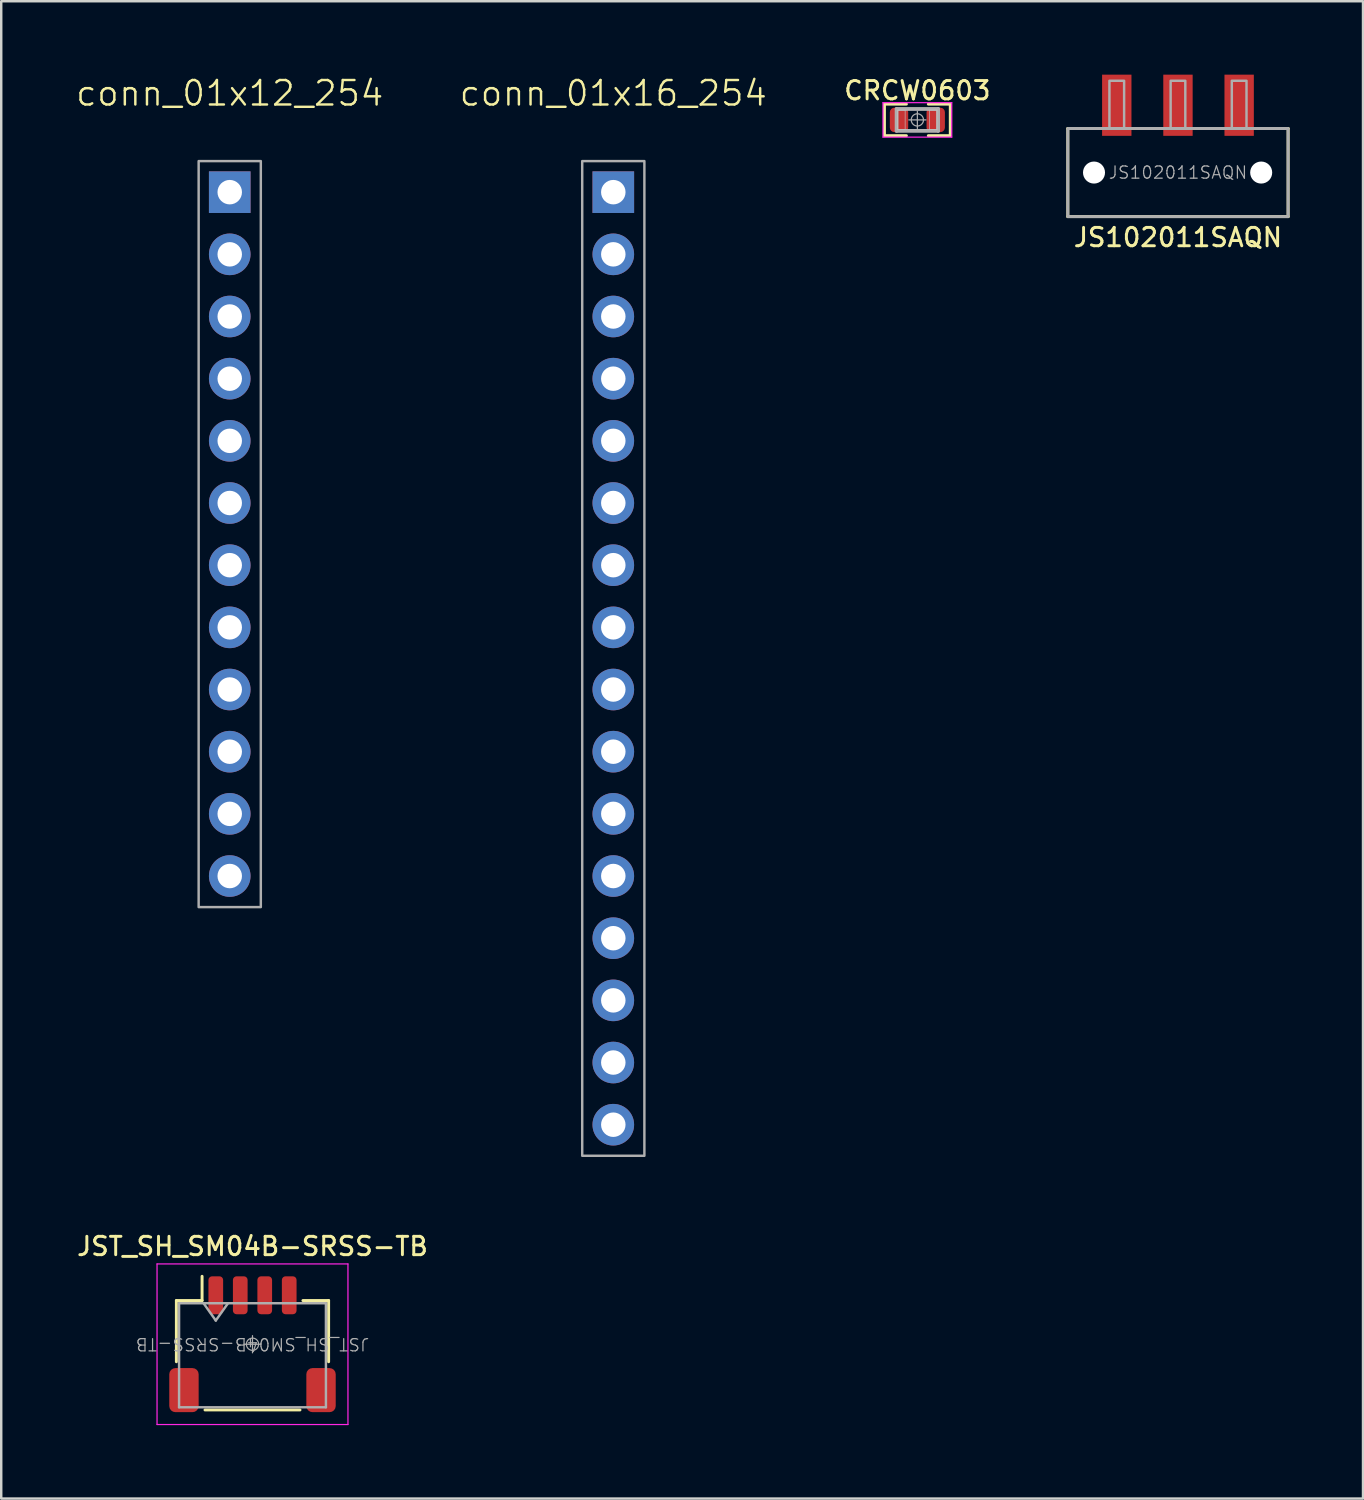
<source format=kicad_pcb>
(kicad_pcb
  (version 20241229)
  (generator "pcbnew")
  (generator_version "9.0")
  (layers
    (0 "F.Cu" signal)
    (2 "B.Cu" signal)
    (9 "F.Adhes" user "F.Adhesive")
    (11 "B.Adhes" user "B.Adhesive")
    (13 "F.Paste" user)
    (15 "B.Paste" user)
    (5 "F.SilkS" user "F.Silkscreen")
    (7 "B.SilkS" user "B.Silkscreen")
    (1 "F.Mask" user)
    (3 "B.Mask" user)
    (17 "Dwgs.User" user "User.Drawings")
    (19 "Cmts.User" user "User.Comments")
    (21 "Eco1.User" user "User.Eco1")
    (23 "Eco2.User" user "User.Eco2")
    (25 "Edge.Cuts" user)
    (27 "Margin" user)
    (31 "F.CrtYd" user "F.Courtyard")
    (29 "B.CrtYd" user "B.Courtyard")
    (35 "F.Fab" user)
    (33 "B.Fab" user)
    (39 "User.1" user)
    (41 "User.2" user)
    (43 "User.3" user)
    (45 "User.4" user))
  (footprint "CRCW0603"
    (layer "F.Cu")
    (at 34.43 1.849)
    (property "Reference" "CRCW0603" (at 0 -1.2 0) (layer "F.SilkS") (effects (font (size 0.75 0.75) (thickness 0.12))))
    (attr smd)
    (fp_line (start -1.345 -0.645) (end -0.448 -0.645) (stroke (width 0.12) (type solid)) (layer "F.SilkS"))
    (fp_line (start -1.345 0.645) (end -1.345 -0.645) (stroke (width 0.12) (type solid)) (layer "F.SilkS"))
    (fp_line (start -0.448 0.645) (end -1.345 0.645) (stroke (width 0.12) (type solid)) (layer "F.SilkS"))
    (fp_line (start 0.448 0.645) (end 1.345 0.645) (stroke (width 0.12) (type solid)) (layer "F.SilkS"))
    (fp_line (start 1.345 -0.645) (end 0.448 -0.645) (stroke (width 0.12) (type solid)) (layer "F.SilkS"))
    (fp_line (start 1.345 0.645) (end 1.345 -0.645) (stroke (width 0.12) (type solid)) (layer "F.SilkS"))
    (fp_line (start -0.8 -0.4) (end -0.5 -0.4) (stroke (width 0.025) (type solid)) (layer "Dwgs.User"))
    (fp_line (start -0.8 -0.4) (end 0.8 -0.4) (stroke (width 0.025) (type solid)) (layer "Dwgs.User"))
    (fp_line (start -0.8 0.4) (end -0.8 -0.4) (stroke (width 0.025) (type solid)) (layer "Dwgs.User"))
    (fp_line (start -0.8 0.4) (end -0.8 -0.4) (stroke (width 0.025) (type solid)) (layer "Dwgs.User"))
    (fp_line (start -0.5 -0.4) (end -0.5 0.4) (stroke (width 0.025) (type solid)) (layer "Dwgs.User"))
    (fp_line (start -0.5 0.4) (end -0.8 0.4) (stroke (width 0.025) (type solid)) (layer "Dwgs.User"))
    (fp_line (start 0.5 -0.4) (end 0.8 -0.4) (stroke (width 0.025) (type solid)) (layer "Dwgs.User"))
    (fp_line (start 0.5 0.4) (end 0.5 -0.4) (stroke (width 0.025) (type solid)) (layer "Dwgs.User"))
    (fp_line (start 0.8 -0.4) (end 0.8 0.4) (stroke (width 0.025) (type solid)) (layer "Dwgs.User"))
    (fp_line (start 0.8 -0.4) (end 0.8 0.4) (stroke (width 0.025) (type solid)) (layer "Dwgs.User"))
    (fp_line (start 0.8 0.4) (end -0.8 0.4) (stroke (width 0.025) (type solid)) (layer "Dwgs.User"))
    (fp_line (start 0.8 0.4) (end 0.5 0.4) (stroke (width 0.025) (type solid)) (layer "Dwgs.User"))
    (fp_line (start -1.405 -0.704) (end 1.405 -0.704) (stroke (width 0.05) (type solid)) (layer "F.CrtYd"))
    (fp_line (start -1.405 0.704) (end -1.405 -0.704) (stroke (width 0.05) (type solid)) (layer "F.CrtYd"))
    (fp_line (start 1.405 -0.704) (end 1.405 0.704) (stroke (width 0.05) (type solid)) (layer "F.CrtYd"))
    (fp_line (start 1.405 0.704) (end -1.405 0.704) (stroke (width 0.05) (type solid)) (layer "F.CrtYd"))
    (fp_line (start -0.85 -0.45) (end 0.85 -0.45) (stroke (width 0.15) (type solid)) (layer "F.Fab"))
    (fp_line (start -0.85 0.45) (end -0.85 -0.45) (stroke (width 0.15) (type solid)) (layer "F.Fab"))
    (fp_line (start 0 -0.35) (end 0 0.35) (stroke (width 0.05) (type solid)) (layer "F.Fab"))
    (fp_line (start 0.35 0) (end -0.35 0) (stroke (width 0.05) (type solid)) (layer "F.Fab"))
    (fp_line (start 0.85 -0.45) (end 0.85 0.45) (stroke (width 0.15) (type solid)) (layer "F.Fab"))
    (fp_line (start 0.85 0.45) (end -0.85 0.45) (stroke (width 0.15) (type solid)) (layer "F.Fab"))
    (fp_circle (center 0 0) (end 0.25 0) (stroke (width 0.05) (type solid)) (fill no) (layer "F.Fab"))
    (pad "1" smd roundrect (at -0.75 0) (size 0.75 1) (layers "F.Cu" "F.Mask" "F.Paste") (roundrect_rratio 0.25))
    (pad "2" smd roundrect (at 0.75 0) (size 0.75 1) (layers "F.Cu" "F.Mask" "F.Paste") (roundrect_rratio 0.25)))
  (footprint "JS102011SAQN"
    (layer "F.Cu")
    (at 45.077 4)
    (property "Reference" "JS102011SAQN" (at 0 2.65 0) (unlocked yes) (layer "F.SilkS") (effects (font (size 0.75 0.75) (thickness 0.12))))
    (attr smd)
    (fp_line (start -4.5 -1.8) (end -3.5 -1.8) (stroke (width 0.12) (type default)) (layer "F.SilkS"))
    (fp_line (start -4.5 1.8) (end -4.5 -1.8) (stroke (width 0.12) (type default)) (layer "F.SilkS"))
    (fp_line (start -4.5 1.8) (end 4.5 1.8) (stroke (width 0.12) (type default)) (layer "F.SilkS"))
    (fp_line (start 4.5 -1.8) (end 3.5 -1.8) (stroke (width 0.12) (type default)) (layer "F.SilkS"))
    (fp_line (start 4.5 1.8) (end 4.5 -1.8) (stroke (width 0.12) (type default)) (layer "F.SilkS"))
    (fp_rect (start -4.5 -1.8) (end 4.5 1.8) (stroke (width 0.12) (type default)) (fill no) (layer "F.Fab"))
    (fp_rect (start -2.8 -3.75) (end -2.2 -1.8) (stroke (width 0.1) (type default)) (fill no) (layer "F.Fab"))
    (fp_rect (start -0.3 -3.75) (end 0.3 -1.8) (stroke (width 0.1) (type default)) (fill no) (layer "F.Fab"))
    (fp_rect (start 2.2 -3.75) (end 2.8 -1.8) (stroke (width 0.1) (type default)) (fill no) (layer "F.Fab"))
    (fp_text user "${REFERENCE}" (at 0 0 0) (unlocked yes) (layer "F.Fab") (effects (font (size 0.5 0.5) (thickness 0.05))))
    (pad "" np_thru_hole circle (at -3.43 0) (size 0.9 0.9) (drill 0.9) (layers "*.Cu" "*.Mask"))
    (pad "" np_thru_hole circle (at 3.4 0) (size 0.9 0.9) (drill 0.9) (layers "*.Cu" "*.Mask"))
    (pad "1" smd rect (at -2.5 -2.75) (size 1.2 2.5) (layers "F.Cu" "F.Mask" "F.Paste"))
    (pad "2" smd rect (at 0 -2.75) (size 1.2 2.5) (layers "F.Cu" "F.Mask" "F.Paste"))
    (pad "3" smd rect (at 2.5 -2.75) (size 1.2 2.5) (layers "F.Cu" "F.Mask" "F.Paste")))
  (footprint "JST_SH_SM04B-SRSS-TB"
    (layer "F.Cu")
    (at 7.266 51.87)
    (property "Reference" "JST_SH_SM04B-SRSS-TB" (at 0 -4 0) (unlocked yes) (layer "F.SilkS") (effects (font (size 0.75 0.75) (thickness 0.12))))
    (attr smd)
    (fp_line (start -3.11 -1.785) (end -2.06 -1.785) (stroke (width 0.12) (type solid)) (layer "F.SilkS"))
    (fp_line (start -3.11 0.715) (end -3.11 -1.785) (stroke (width 0.12) (type solid)) (layer "F.SilkS"))
    (fp_line (start -2.06 -1.785) (end -2.06 -2.775) (stroke (width 0.12) (type solid)) (layer "F.SilkS"))
    (fp_line (start -1.94 2.685) (end 1.94 2.685) (stroke (width 0.12) (type solid)) (layer "F.SilkS"))
    (fp_line (start 3.11 -1.785) (end 2.06 -1.785) (stroke (width 0.12) (type solid)) (layer "F.SilkS"))
    (fp_line (start 3.11 0.715) (end 3.11 -1.785) (stroke (width 0.12) (type solid)) (layer "F.SilkS"))
    (fp_line (start -3.9 -3.28) (end -3.9 3.28) (stroke (width 0.05) (type solid)) (layer "F.CrtYd"))
    (fp_line (start -3.9 3.28) (end 3.9 3.28) (stroke (width 0.05) (type solid)) (layer "F.CrtYd"))
    (fp_line (start 3.9 -3.28) (end -3.9 -3.28) (stroke (width 0.05) (type solid)) (layer "F.CrtYd"))
    (fp_line (start 3.9 3.28) (end 3.9 -3.28) (stroke (width 0.05) (type solid)) (layer "F.CrtYd"))
    (fp_line (start -3 -1.675) (end -3 2.575) (stroke (width 0.1) (type solid)) (layer "F.Fab"))
    (fp_line (start -3 -1.675) (end 3 -1.675) (stroke (width 0.1) (type solid)) (layer "F.Fab"))
    (fp_line (start -3 2.575) (end 3 2.575) (stroke (width 0.1) (type solid)) (layer "F.Fab"))
    (fp_line (start -2 -1.675) (end -1.5 -0.968) (stroke (width 0.1) (type solid)) (layer "F.Fab"))
    (fp_line (start -1.5 -0.968) (end -1 -1.675) (stroke (width 0.1) (type solid)) (layer "F.Fab"))
    (fp_line (start -0.35 0) (end 0.35 0) (stroke (width 0.05) (type solid)) (layer "F.Fab"))
    (fp_line (start 0 -0.35) (end 0 0.35) (stroke (width 0.05) (type solid)) (layer "F.Fab"))
    (fp_line (start 3 -1.675) (end 3 2.575) (stroke (width 0.1) (type solid)) (layer "F.Fab"))
    (fp_circle (center 0 0) (end 0.25 0) (stroke (width 0.05) (type solid)) (fill no) (layer "F.Fab"))
    (fp_text user "${REFERENCE}" (at 0 0 180) (unlocked yes) (layer "F.Fab") (effects (font (size 0.5 0.5) (thickness 0.05))))
    (pad "1" smd roundrect (at -1.5 -2) (size 0.6 1.55) (layers "F.Cu" "F.Mask" "F.Paste") (roundrect_rratio 0.25))
    (pad "2" smd roundrect (at -0.5 -2) (size 0.6 1.55) (layers "F.Cu" "F.Mask" "F.Paste") (roundrect_rratio 0.25))
    (pad "3" smd roundrect (at 0.5 -2) (size 0.6 1.55) (layers "F.Cu" "F.Mask" "F.Paste") (roundrect_rratio 0.25))
    (pad "4" smd roundrect (at 1.5 -2) (size 0.6 1.55) (layers "F.Cu" "F.Mask" "F.Paste") (roundrect_rratio 0.25))
    (pad "MP" smd roundrect (at -2.8 1.875) (size 1.2 1.8) (layers "F.Cu" "F.Mask" "F.Paste") (roundrect_rratio 0.208))
    (pad "MP" smd roundrect (at 2.8 1.875) (size 1.2 1.8) (layers "F.Cu" "F.Mask" "F.Paste") (roundrect_rratio 0.208)))
  (footprint "conn_01x12_254"
    (layer "F.Cu")
    (at 6.336 4.801)
    (property "Reference" "conn_01x12_254" (at 0 -4.04 0) (unlocked yes) (layer "F.SilkS") (effects (font (size 1 1) (thickness 0.1))))
    (attr through_hole)
    (fp_rect (start -1.27 -1.27) (end 1.27 29.21) (stroke (width 0.1) (type default)) (fill no) (layer "F.Fab"))
    (pad "17" thru_hole rect (at 0 0) (size 1.7 1.7) (drill 1) (layers "*.Cu" "*.Mask"))
    (pad "18" thru_hole circle (at 0 2.54) (size 1.7 1.7) (drill 1) (layers "*.Cu" "*.Mask"))
    (pad "19" thru_hole circle (at 0 5.08) (size 1.7 1.7) (drill 1) (layers "*.Cu" "*.Mask"))
    (pad "20" thru_hole circle (at 0 7.62) (size 1.7 1.7) (drill 1) (layers "*.Cu" "*.Mask"))
    (pad "21" thru_hole circle (at 0 10.16) (size 1.7 1.7) (drill 1) (layers "*.Cu" "*.Mask"))
    (pad "22" thru_hole circle (at 0 12.7) (size 1.7 1.7) (drill 1) (layers "*.Cu" "*.Mask"))
    (pad "23" thru_hole circle (at 0 15.24) (size 1.7 1.7) (drill 1) (layers "*.Cu" "*.Mask"))
    (pad "24" thru_hole circle (at 0 17.78) (size 1.7 1.7) (drill 1) (layers "*.Cu" "*.Mask"))
    (pad "25" thru_hole circle (at 0 20.32) (size 1.7 1.7) (drill 1) (layers "*.Cu" "*.Mask"))
    (pad "26" thru_hole circle (at 0 22.86) (size 1.7 1.7) (drill 1) (layers "*.Cu" "*.Mask"))
    (pad "27" thru_hole circle (at 0 25.4) (size 1.7 1.7) (drill 1) (layers "*.Cu" "*.Mask"))
    (pad "28" thru_hole circle (at 0 27.94) (size 1.7 1.7) (drill 1) (layers "*.Cu" "*.Mask")))
  (footprint "conn_01x16_254"
    (layer "F.Cu")
    (at 22.007 4.801)
    (property "Reference" "conn_01x16_254" (at 0 -4.04 0) (unlocked yes) (layer "F.SilkS") (effects (font (size 1 1) (thickness 0.1))))
    (attr through_hole)
    (fp_rect (start -1.27 -1.27) (end 1.27 39.37) (stroke (width 0.1) (type default)) (fill no) (layer "F.Fab"))
    (pad "1" thru_hole rect (at 0 0) (size 1.7 1.7) (drill 1) (layers "*.Cu" "*.Mask"))
    (pad "2" thru_hole circle (at 0 2.54) (size 1.7 1.7) (drill 1) (layers "*.Cu" "*.Mask"))
    (pad "3" thru_hole circle (at 0 5.08) (size 1.7 1.7) (drill 1) (layers "*.Cu" "*.Mask"))
    (pad "4" thru_hole circle (at 0 7.62) (size 1.7 1.7) (drill 1) (layers "*.Cu" "*.Mask"))
    (pad "5" thru_hole circle (at 0 10.16) (size 1.7 1.7) (drill 1) (layers "*.Cu" "*.Mask"))
    (pad "6" thru_hole circle (at 0 12.7) (size 1.7 1.7) (drill 1) (layers "*.Cu" "*.Mask"))
    (pad "7" thru_hole circle (at 0 15.24) (size 1.7 1.7) (drill 1) (layers "*.Cu" "*.Mask"))
    (pad "8" thru_hole circle (at 0 17.78) (size 1.7 1.7) (drill 1) (layers "*.Cu" "*.Mask"))
    (pad "9" thru_hole circle (at 0 20.32) (size 1.7 1.7) (drill 1) (layers "*.Cu" "*.Mask"))
    (pad "10" thru_hole circle (at 0 22.86) (size 1.7 1.7) (drill 1) (layers "*.Cu" "*.Mask"))
    (pad "11" thru_hole circle (at 0 25.4) (size 1.7 1.7) (drill 1) (layers "*.Cu" "*.Mask"))
    (pad "12" thru_hole circle (at 0 27.94) (size 1.7 1.7) (drill 1) (layers "*.Cu" "*.Mask"))
    (pad "13" thru_hole circle (at 0 30.48) (size 1.7 1.7) (drill 1) (layers "*.Cu" "*.Mask"))
    (pad "14" thru_hole circle (at 0 33.02) (size 1.7 1.7) (drill 1) (layers "*.Cu" "*.Mask"))
    (pad "15" thru_hole circle (at 0 35.56) (size 1.7 1.7) (drill 1) (layers "*.Cu" "*.Mask"))
    (pad "16" thru_hole circle (at 0 38.1) (size 1.7 1.7) (drill 1) (layers "*.Cu" "*.Mask")))
  (gr_rect
    (start -3 -3)
    (end 52.637 58.175)
    (stroke (width 0.1) (type default))
    (fill no)
    (layer "Edge.Cuts")))
</source>
